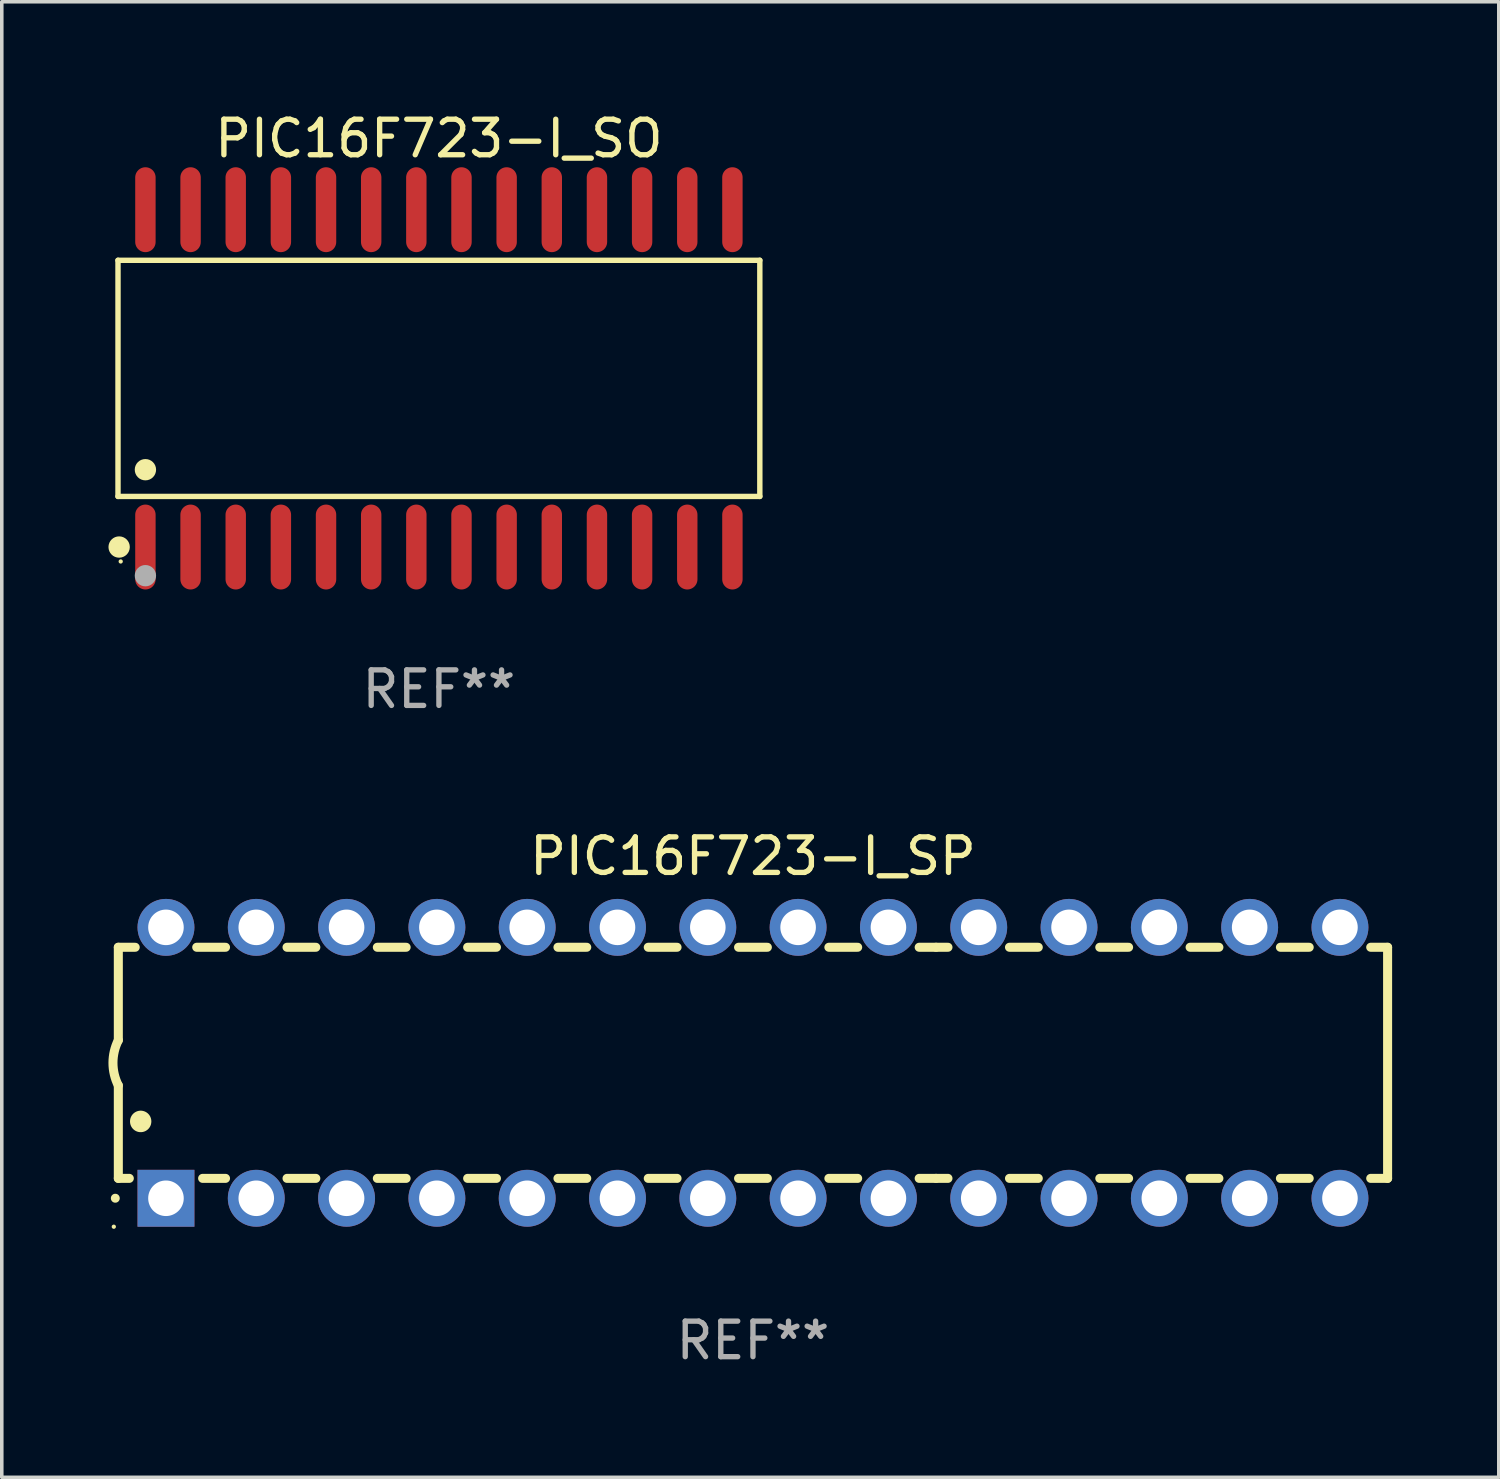
<source format=kicad_pcb>
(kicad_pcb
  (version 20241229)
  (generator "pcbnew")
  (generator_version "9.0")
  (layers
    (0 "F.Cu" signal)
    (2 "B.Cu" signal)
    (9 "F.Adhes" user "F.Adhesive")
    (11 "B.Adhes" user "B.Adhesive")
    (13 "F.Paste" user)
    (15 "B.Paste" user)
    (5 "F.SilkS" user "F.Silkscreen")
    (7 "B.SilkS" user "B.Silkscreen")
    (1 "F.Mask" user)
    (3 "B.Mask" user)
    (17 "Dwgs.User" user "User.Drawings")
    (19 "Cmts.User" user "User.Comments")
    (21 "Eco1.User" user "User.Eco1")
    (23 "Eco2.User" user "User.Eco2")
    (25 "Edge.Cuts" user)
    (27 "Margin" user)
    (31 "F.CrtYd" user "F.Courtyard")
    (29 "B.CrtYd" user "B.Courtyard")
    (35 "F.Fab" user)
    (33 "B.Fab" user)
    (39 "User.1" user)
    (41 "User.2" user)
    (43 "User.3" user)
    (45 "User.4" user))
  (footprint "PIC16F723-I_SP"
    (layer "F.Cu")
    (at 18.128 26.843)
    (property "Reference" "PIC16F723-I_SP" (at 0 -5.81 0) (layer "F.SilkS") (effects (font (size 1 1) (thickness 0.15))))
    (attr through_hole)
    (fp_line (start -17.85 -3.25) (end -17.85 -0.635) (stroke (width 0.254) (type solid)) (layer "F.SilkS"))
    (fp_line (start -17.85 3.25) (end -17.85 0.635) (stroke (width 0.254) (type solid)) (layer "F.SilkS"))
    (fp_line (start -17.85 3.25) (end -17.541 3.25) (stroke (width 0.254) (type solid)) (layer "F.SilkS"))
    (fp_line (start -17.375 -3.25) (end -17.85 -3.25) (stroke (width 0.254) (type solid)) (layer "F.SilkS"))
    (fp_line (start -15.479 3.25) (end -14.835 3.25) (stroke (width 0.254) (type solid)) (layer "F.SilkS"))
    (fp_line (start -14.835 -3.25) (end -15.645 -3.25) (stroke (width 0.254) (type solid)) (layer "F.SilkS"))
    (fp_line (start -13.105 3.25) (end -12.295 3.25) (stroke (width 0.254) (type solid)) (layer "F.SilkS"))
    (fp_line (start -12.295 -3.25) (end -13.105 -3.25) (stroke (width 0.254) (type solid)) (layer "F.SilkS"))
    (fp_line (start -10.565 3.25) (end -9.755 3.25) (stroke (width 0.254) (type solid)) (layer "F.SilkS"))
    (fp_line (start -9.755 -3.25) (end -10.565 -3.25) (stroke (width 0.254) (type solid)) (layer "F.SilkS"))
    (fp_line (start -8.025 3.25) (end -7.215 3.25) (stroke (width 0.254) (type solid)) (layer "F.SilkS"))
    (fp_line (start -7.215 -3.25) (end -8.025 -3.25) (stroke (width 0.254) (type solid)) (layer "F.SilkS"))
    (fp_line (start -5.485 3.25) (end -4.675 3.25) (stroke (width 0.254) (type solid)) (layer "F.SilkS"))
    (fp_line (start -4.675 -3.25) (end -5.485 -3.25) (stroke (width 0.254) (type solid)) (layer "F.SilkS"))
    (fp_line (start -2.945 3.25) (end -2.135 3.25) (stroke (width 0.254) (type solid)) (layer "F.SilkS"))
    (fp_line (start -2.135 -3.25) (end -2.945 -3.25) (stroke (width 0.254) (type solid)) (layer "F.SilkS"))
    (fp_line (start -0.405 3.25) (end 0.405 3.25) (stroke (width 0.254) (type solid)) (layer "F.SilkS"))
    (fp_line (start 0.405 -3.25) (end -0.405 -3.25) (stroke (width 0.254) (type solid)) (layer "F.SilkS"))
    (fp_line (start 2.135 3.25) (end 2.945 3.25) (stroke (width 0.254) (type solid)) (layer "F.SilkS"))
    (fp_line (start 2.945 -3.25) (end 2.135 -3.25) (stroke (width 0.254) (type solid)) (layer "F.SilkS"))
    (fp_line (start 4.675 3.25) (end 5.15 3.25) (stroke (width 0.254) (type solid)) (layer "F.SilkS"))
    (fp_line (start 5.15 -3.25) (end 4.675 -3.25) (stroke (width 0.254) (type solid)) (layer "F.SilkS"))
    (fp_line (start 5.15 -3.25) (end 5.485 -3.25) (stroke (width 0.254) (type solid)) (layer "F.SilkS"))
    (fp_line (start 5.15 3.25) (end 5.485 3.25) (stroke (width 0.254) (type solid)) (layer "F.SilkS"))
    (fp_line (start 7.215 -3.25) (end 8.025 -3.25) (stroke (width 0.254) (type solid)) (layer "F.SilkS"))
    (fp_line (start 7.215 3.25) (end 8.025 3.25) (stroke (width 0.254) (type solid)) (layer "F.SilkS"))
    (fp_line (start 9.755 -3.25) (end 10.565 -3.25) (stroke (width 0.254) (type solid)) (layer "F.SilkS"))
    (fp_line (start 9.755 3.25) (end 10.565 3.25) (stroke (width 0.254) (type solid)) (layer "F.SilkS"))
    (fp_line (start 12.295 -3.25) (end 13.105 -3.25) (stroke (width 0.254) (type solid)) (layer "F.SilkS"))
    (fp_line (start 12.295 3.25) (end 13.105 3.25) (stroke (width 0.254) (type solid)) (layer "F.SilkS"))
    (fp_line (start 14.835 -3.25) (end 15.645 -3.25) (stroke (width 0.254) (type solid)) (layer "F.SilkS"))
    (fp_line (start 14.835 3.25) (end 15.645 3.25) (stroke (width 0.254) (type solid)) (layer "F.SilkS"))
    (fp_line (start 17.375 -3.25) (end 17.85 -3.25) (stroke (width 0.254) (type solid)) (layer "F.SilkS"))
    (fp_line (start 17.375 3.25) (end 17.85 3.25) (stroke (width 0.254) (type solid)) (layer "F.SilkS"))
    (fp_line (start 17.85 -3.25) (end 17.85 3.25) (stroke (width 0.254) (type solid)) (layer "F.SilkS"))
    (fp_arc (start -17.934976 3.810008) (mid -17.934983 3.808738) (end -17.934976 3.807468) (stroke (width 0.25) (type solid)) (layer "F.SilkS"))
    (fp_arc (start -17.851155 0.635002) (mid -18.000677 -0.000132) (end -17.850038 -0.635001) (stroke (width 0.254001) (type solid)) (layer "F.SilkS"))
    (fp_arc (start -17.221234 1.651003) (mid -17.221245 1.648463) (end -17.221234 1.645923) (stroke (width 0.6) (type solid)) (layer "F.SilkS"))
    (fp_circle (center -17.977 4.61) (end -17.947 4.61) (stroke (width 0.06) (type solid)) (fill no) (layer "F.SilkS"))
    (fp_text user "REF**" (at 0 7.81 0) (layer "F.Fab") (effects (font (size 1 1) (thickness 0.15))))
    (pad "1" thru_hole rect (at -16.51 3.81 90) (size 1.6 1.6) (drill 1) (layers "*.Cu" "*.Mask"))
    (pad "2" thru_hole circle (at -13.97 3.81 90) (size 1.6 1.6) (drill 1) (layers "*.Cu" "*.Mask"))
    (pad "3" thru_hole circle (at -11.43 3.81 90) (size 1.6 1.6) (drill 1) (layers "*.Cu" "*.Mask"))
    (pad "4" thru_hole circle (at -8.89 3.81 90) (size 1.6 1.6) (drill 1) (layers "*.Cu" "*.Mask"))
    (pad "5" thru_hole circle (at -6.35 3.81 90) (size 1.6 1.6) (drill 1) (layers "*.Cu" "*.Mask"))
    (pad "6" thru_hole circle (at -3.81 3.81 90) (size 1.6 1.6) (drill 1) (layers "*.Cu" "*.Mask"))
    (pad "7" thru_hole circle (at -1.27 3.81 90) (size 1.6 1.6) (drill 1) (layers "*.Cu" "*.Mask"))
    (pad "8" thru_hole circle (at 1.27 3.81 90) (size 1.6 1.6) (drill 1) (layers "*.Cu" "*.Mask"))
    (pad "9" thru_hole circle (at 3.81 3.81 90) (size 1.6 1.6) (drill 1) (layers "*.Cu" "*.Mask"))
    (pad "10" thru_hole circle (at 6.35 3.81 90) (size 1.6 1.6) (drill 1) (layers "*.Cu" "*.Mask"))
    (pad "11" thru_hole circle (at 8.89 3.81 90) (size 1.6 1.6) (drill 1) (layers "*.Cu" "*.Mask"))
    (pad "12" thru_hole circle (at 11.43 3.81 90) (size 1.6 1.6) (drill 1) (layers "*.Cu" "*.Mask"))
    (pad "13" thru_hole circle (at 13.97 3.81 90) (size 1.6 1.6) (drill 1) (layers "*.Cu" "*.Mask"))
    (pad "14" thru_hole circle (at 16.51 3.81 90) (size 1.6 1.6) (drill 1) (layers "*.Cu" "*.Mask"))
    (pad "15" thru_hole circle (at 16.51 -3.81 90) (size 1.6 1.6) (drill 1) (layers "*.Cu" "*.Mask"))
    (pad "16" thru_hole circle (at 13.97 -3.81 90) (size 1.6 1.6) (drill 1) (layers "*.Cu" "*.Mask"))
    (pad "17" thru_hole circle (at 11.43 -3.81 90) (size 1.6 1.6) (drill 1) (layers "*.Cu" "*.Mask"))
    (pad "18" thru_hole circle (at 8.89 -3.81 90) (size 1.6 1.6) (drill 1) (layers "*.Cu" "*.Mask"))
    (pad "19" thru_hole circle (at 6.35 -3.81 90) (size 1.6 1.6) (drill 1) (layers "*.Cu" "*.Mask"))
    (pad "20" thru_hole circle (at 3.81 -3.81 90) (size 1.6 1.6) (drill 1) (layers "*.Cu" "*.Mask"))
    (pad "21" thru_hole circle (at 1.27 -3.81 90) (size 1.6 1.6) (drill 1) (layers "*.Cu" "*.Mask"))
    (pad "22" thru_hole circle (at -1.27 -3.81 90) (size 1.6 1.6) (drill 1) (layers "*.Cu" "*.Mask"))
    (pad "23" thru_hole circle (at -3.81 -3.81 90) (size 1.6 1.6) (drill 1) (layers "*.Cu" "*.Mask"))
    (pad "24" thru_hole circle (at -6.35 -3.81 90) (size 1.6 1.6) (drill 1) (layers "*.Cu" "*.Mask"))
    (pad "25" thru_hole circle (at -8.89 -3.81 90) (size 1.6 1.6) (drill 1) (layers "*.Cu" "*.Mask"))
    (pad "26" thru_hole circle (at -11.43 -3.81 90) (size 1.6 1.6) (drill 1) (layers "*.Cu" "*.Mask"))
    (pad "27" thru_hole circle (at -13.97 -3.81 90) (size 1.6 1.6) (drill 1) (layers "*.Cu" "*.Mask"))
    (pad "28" thru_hole circle (at -16.51 -3.81 90) (size 1.6 1.6) (drill 1) (layers "*.Cu" "*.Mask")))
  (footprint "PIC16F723-I_SO"
    (layer "F.Cu")
    (at 9.295 7.592)
    (property "Reference" "PIC16F723-I_SO" (at 0 -6.744 0) (layer "F.SilkS") (effects (font (size 1 1) (thickness 0.15))))
    (attr through_hole)
    (fp_line (start -9.026 -3.321) (end 9.026 -3.321) (stroke (width 0.152) (type solid)) (layer "F.SilkS"))
    (fp_line (start -9.026 3.321) (end -9.026 -3.321) (stroke (width 0.152) (type solid)) (layer "F.SilkS"))
    (fp_line (start 9.026 -3.321) (end 9.026 3.321) (stroke (width 0.152) (type solid)) (layer "F.SilkS"))
    (fp_line (start 9.026 3.321) (end -9.026 3.321) (stroke (width 0.152) (type solid)) (layer "F.SilkS"))
    (fp_circle (center -8.994 4.744) (end -8.844 4.744) (stroke (width 0.3) (type solid)) (fill no) (layer "F.SilkS"))
    (fp_circle (center -8.95 5.15) (end -8.92 5.15) (stroke (width 0.06) (type solid)) (fill no) (layer "F.SilkS"))
    (fp_circle (center -8.255 2.569) (end -8.105 2.569) (stroke (width 0.3) (type solid)) (fill no) (layer "F.SilkS"))
    (fp_circle (center -8.255 5.55) (end -8.105 5.55) (stroke (width 0.3) (type solid)) (fill no) (layer "F.Fab"))
    (fp_text user "REF**" (at 0 8.744 0) (layer "F.Fab") (effects (font (size 1 1) (thickness 0.15))))
    (pad "1" smd oval (at -8.255 4.744) (size 0.574 2.388) (layers "F.Cu" "F.Mask" "F.Paste"))
    (pad "2" smd oval (at -6.985 4.744) (size 0.574 2.388) (layers "F.Cu" "F.Mask" "F.Paste"))
    (pad "3" smd oval (at -5.715 4.744) (size 0.574 2.388) (layers "F.Cu" "F.Mask" "F.Paste"))
    (pad "4" smd oval (at -4.445 4.744) (size 0.574 2.388) (layers "F.Cu" "F.Mask" "F.Paste"))
    (pad "5" smd oval (at -3.175 4.744) (size 0.574 2.388) (layers "F.Cu" "F.Mask" "F.Paste"))
    (pad "6" smd oval (at -1.905 4.744) (size 0.574 2.388) (layers "F.Cu" "F.Mask" "F.Paste"))
    (pad "7" smd oval (at -0.635 4.744) (size 0.574 2.388) (layers "F.Cu" "F.Mask" "F.Paste"))
    (pad "8" smd oval (at 0.635 4.744) (size 0.574 2.388) (layers "F.Cu" "F.Mask" "F.Paste"))
    (pad "9" smd oval (at 1.905 4.744) (size 0.574 2.388) (layers "F.Cu" "F.Mask" "F.Paste"))
    (pad "10" smd oval (at 3.175 4.744) (size 0.574 2.388) (layers "F.Cu" "F.Mask" "F.Paste"))
    (pad "11" smd oval (at 4.445 4.744) (size 0.574 2.388) (layers "F.Cu" "F.Mask" "F.Paste"))
    (pad "12" smd oval (at 5.715 4.744) (size 0.574 2.388) (layers "F.Cu" "F.Mask" "F.Paste"))
    (pad "13" smd oval (at 6.985 4.744) (size 0.574 2.388) (layers "F.Cu" "F.Mask" "F.Paste"))
    (pad "14" smd oval (at 8.255 4.744) (size 0.574 2.388) (layers "F.Cu" "F.Mask" "F.Paste"))
    (pad "15" smd oval (at 8.255 -4.744) (size 0.574 2.388) (layers "F.Cu" "F.Mask" "F.Paste"))
    (pad "16" smd oval (at 6.985 -4.744) (size 0.574 2.388) (layers "F.Cu" "F.Mask" "F.Paste"))
    (pad "17" smd oval (at 5.715 -4.744) (size 0.574 2.388) (layers "F.Cu" "F.Mask" "F.Paste"))
    (pad "18" smd oval (at 4.445 -4.744) (size 0.574 2.388) (layers "F.Cu" "F.Mask" "F.Paste"))
    (pad "19" smd oval (at 3.175 -4.744) (size 0.574 2.388) (layers "F.Cu" "F.Mask" "F.Paste"))
    (pad "20" smd oval (at 1.905 -4.744) (size 0.574 2.388) (layers "F.Cu" "F.Mask" "F.Paste"))
    (pad "21" smd oval (at 0.635 -4.744) (size 0.574 2.388) (layers "F.Cu" "F.Mask" "F.Paste"))
    (pad "22" smd oval (at -0.635 -4.744) (size 0.574 2.388) (layers "F.Cu" "F.Mask" "F.Paste"))
    (pad "23" smd oval (at -1.905 -4.744) (size 0.574 2.388) (layers "F.Cu" "F.Mask" "F.Paste"))
    (pad "24" smd oval (at -3.175 -4.744) (size 0.574 2.388) (layers "F.Cu" "F.Mask" "F.Paste"))
    (pad "25" smd oval (at -4.445 -4.744) (size 0.574 2.388) (layers "F.Cu" "F.Mask" "F.Paste"))
    (pad "26" smd oval (at -5.715 -4.744) (size 0.574 2.388) (layers "F.Cu" "F.Mask" "F.Paste"))
    (pad "27" smd oval (at -6.985 -4.744) (size 0.574 2.388) (layers "F.Cu" "F.Mask" "F.Paste"))
    (pad "28" smd oval (at -8.255 -4.744) (size 0.574 2.388) (layers "F.Cu" "F.Mask" "F.Paste")))
  (gr_rect
    (start -3 -3)
    (end 39.105 38.501)
    (stroke (width 0.1) (type default))
    (fill no)
    (layer "Edge.Cuts")))
</source>
